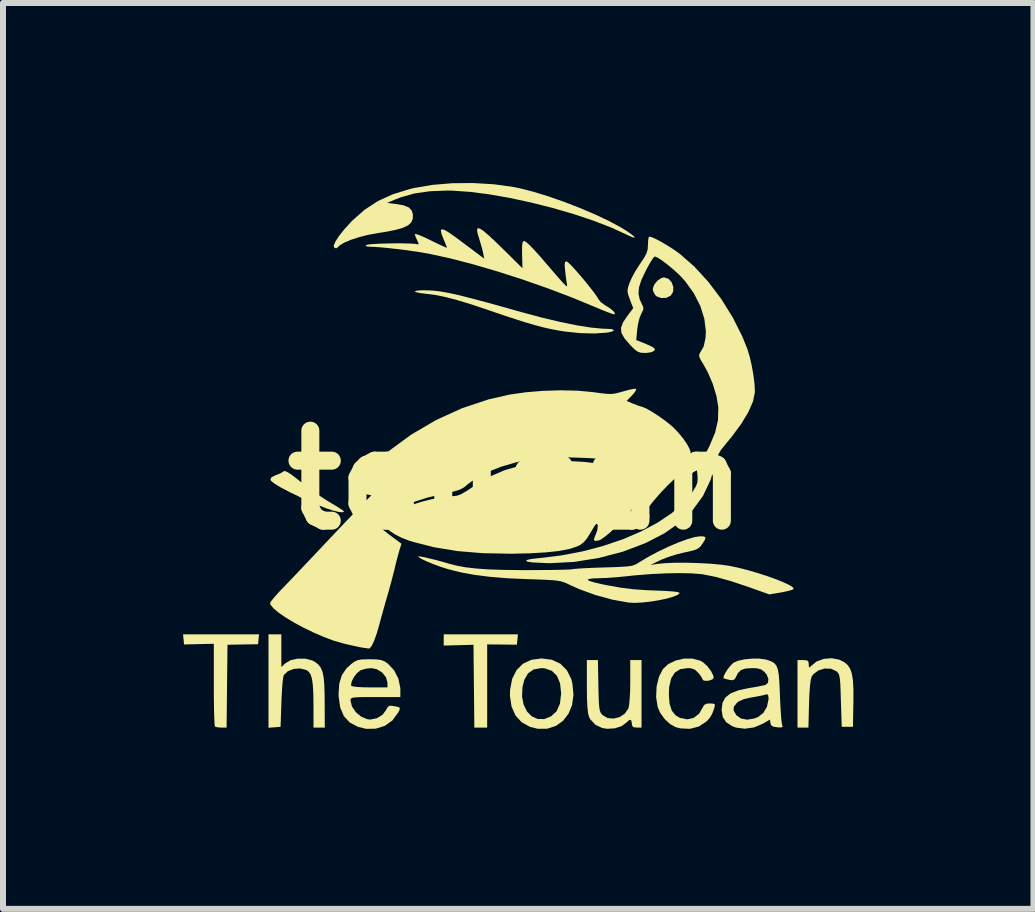
<source format=kicad_pcb>
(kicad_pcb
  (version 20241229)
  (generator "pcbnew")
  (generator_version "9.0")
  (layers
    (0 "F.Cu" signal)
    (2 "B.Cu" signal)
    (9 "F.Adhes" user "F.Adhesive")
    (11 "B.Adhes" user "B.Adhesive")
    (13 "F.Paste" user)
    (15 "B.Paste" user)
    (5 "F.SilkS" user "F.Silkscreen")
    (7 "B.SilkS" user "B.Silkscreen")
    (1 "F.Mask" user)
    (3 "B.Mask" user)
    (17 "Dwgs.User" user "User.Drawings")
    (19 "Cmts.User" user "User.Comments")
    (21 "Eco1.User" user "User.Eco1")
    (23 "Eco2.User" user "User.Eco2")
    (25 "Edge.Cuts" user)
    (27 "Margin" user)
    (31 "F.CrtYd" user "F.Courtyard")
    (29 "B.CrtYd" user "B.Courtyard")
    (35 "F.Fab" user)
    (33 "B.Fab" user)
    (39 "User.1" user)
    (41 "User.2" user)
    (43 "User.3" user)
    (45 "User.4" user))
  (footprint "toucan"
    (layer "F.Cu")
    (at 5.55 4.948)
    (property "Reference" "toucan" (at 0 0 0) (layer "F.SilkS") (effects (font (size 1.5 1.5) (thickness 0.3))))
    (attr board_only exclude_from_pos_files exclude_from_bom)
    (fp_poly (pts (xy 2.538 -3.353) (xy 2.592 -3.294) (xy 2.62 -3.217) (xy 2.616 -3.136) (xy 2.577 -3.072) (xy 2.503 -3.035) (xy 2.416 -3.032) (xy 2.34 -3.06) (xy 2.322 -3.077) (xy 2.286 -3.139) (xy 2.277 -3.185) (xy 2.299 -3.251) (xy 2.352 -3.317) (xy 2.418 -3.364) (xy 2.464 -3.376)) (stroke (width 0) (type solid)) (fill yes) (layer "F.SilkS"))
    (fp_poly (pts (xy 0.022 2.659) (xy 0.013 2.745) (xy -0.234 2.742) (xy -0.482 2.74) (xy -0.482 3.433) (xy -0.482 4.126) (xy -0.589 4.126) (xy -0.696 4.126) (xy -0.703 3.436) (xy -0.71 2.746) (xy -0.958 2.753) (xy -1.206 2.759) (xy -1.206 2.666) (xy -1.206 2.572) (xy -0.588 2.572) (xy 0.03 2.572)) (stroke (width 0) (type solid)) (fill yes) (layer "F.SilkS"))
    (fp_poly (pts (xy -4.292 2.654) (xy -4.3 2.737) (xy -4.555 2.741) (xy -4.809 2.746) (xy -4.817 3.436) (xy -4.824 4.126) (xy -4.913 4.126) (xy -4.979 4.121) (xy -5.018 4.109) (xy -5.019 4.108) (xy -5.024 4.078) (xy -5.028 4.001) (xy -5.032 3.885) (xy -5.035 3.738) (xy -5.037 3.567) (xy -5.037 3.41) (xy -5.037 2.73) (xy -5.285 2.735) (xy -5.533 2.741) (xy -5.541 2.657) (xy -5.55 2.572) (xy -4.917 2.572) (xy -4.284 2.572)) (stroke (width 0) (type solid)) (fill yes) (layer "F.SilkS"))
    (fp_poly (pts (xy -3.816 -0.135) (xy -3.748 -0.092) (xy -3.649 -0.017) (xy -3.552 0.063) (xy -3.441 0.148) (xy -3.306 0.243) (xy -3.169 0.332) (xy -3.115 0.365) (xy -3.014 0.425) (xy -2.933 0.476) (xy -2.881 0.511) (xy -2.867 0.523) (xy -2.89 0.539) (xy -2.954 0.533) (xy -3.053 0.509) (xy -3.178 0.467) (xy -3.324 0.409) (xy -3.363 0.392) (xy -3.583 0.294) (xy -3.768 0.205) (xy -3.915 0.128) (xy -4.02 0.065) (xy -4.081 0.017) (xy -4.094 -0.004) (xy -4.079 -0.043) (xy -4.016 -0.076) (xy -4 -0.082) (xy -3.931 -0.109) (xy -3.887 -0.135) (xy -3.882 -0.14) (xy -3.859 -0.15)) (stroke (width 0) (type solid)) (fill yes) (layer "F.SilkS"))
    (fp_poly (pts (xy -3.912 2.845) (xy -3.912 3.117) (xy -3.844 3.054) (xy -3.755 3.002) (xy -3.638 2.977) (xy -3.513 2.978) (xy -3.398 3.007) (xy -3.349 3.033) (xy -3.295 3.076) (xy -3.255 3.128) (xy -3.226 3.196) (xy -3.207 3.289) (xy -3.196 3.414) (xy -3.191 3.58) (xy -3.19 3.704) (xy -3.188 4.126) (xy -3.282 4.126) (xy -3.376 4.126) (xy -3.376 3.758) (xy -3.379 3.565) (xy -3.387 3.419) (xy -3.402 3.313) (xy -3.425 3.239) (xy -3.459 3.192) (xy -3.498 3.166) (xy -3.602 3.14) (xy -3.71 3.149) (xy -3.804 3.187) (xy -3.869 3.25) (xy -3.875 3.261) (xy -3.883 3.304) (xy -3.893 3.389) (xy -3.901 3.507) (xy -3.909 3.646) (xy -3.911 3.711) (xy -3.925 4.113) (xy -4.026 4.121) (xy -4.126 4.129) (xy -4.126 3.351) (xy -4.126 2.572) (xy -4.019 2.572) (xy -3.912 2.572)) (stroke (width 0) (type solid)) (fill yes) (layer "F.SilkS"))
    (fp_poly (pts (xy 5.391 2.996) (xy 5.467 3.035) (xy 5.524 3.083) (xy 5.566 3.145) (xy 5.595 3.229) (xy 5.613 3.343) (xy 5.621 3.493) (xy 5.621 3.688) (xy 5.62 3.724) (xy 5.613 4.113) (xy 5.519 4.113) (xy 5.426 4.113) (xy 5.412 3.675) (xy 5.407 3.512) (xy 5.402 3.394) (xy 5.395 3.313) (xy 5.385 3.259) (xy 5.372 3.225) (xy 5.353 3.201) (xy 5.336 3.186) (xy 5.246 3.145) (xy 5.14 3.142) (xy 5.037 3.174) (xy 4.953 3.237) (xy 4.925 3.276) (xy 4.91 3.33) (xy 4.897 3.432) (xy 4.887 3.575) (xy 4.881 3.731) (xy 4.871 4.126) (xy 4.78 4.126) (xy 4.689 4.126) (xy 4.689 3.564) (xy 4.689 3.001) (xy 4.783 3.001) (xy 4.846 3.006) (xy 4.872 3.028) (xy 4.876 3.073) (xy 4.88 3.12) (xy 4.895 3.121) (xy 4.91 3.104) (xy 5.005 3.026) (xy 5.127 2.981) (xy 5.261 2.97)) (stroke (width 0) (type solid)) (fill yes) (layer "F.SilkS"))
    (fp_poly (pts (xy -1.454 -3.159) (xy -1.367 -3.154) (xy -1.274 -3.143) (xy -1.168 -3.125) (xy -1.044 -3.1) (xy -0.896 -3.065) (xy -0.72 -3.02) (xy -0.509 -2.964) (xy -0.259 -2.895) (xy 0.036 -2.812) (xy 0.086 -2.798) (xy 0.42 -2.708) (xy 0.728 -2.635) (xy 1.004 -2.578) (xy 1.243 -2.54) (xy 1.44 -2.521) (xy 1.507 -2.519) (xy 1.595 -2.513) (xy 1.63 -2.498) (xy 1.613 -2.479) (xy 1.543 -2.46) (xy 1.51 -2.455) (xy 1.304 -2.441) (xy 1.065 -2.447) (xy 0.81 -2.474) (xy 0.697 -2.492) (xy 0.575 -2.516) (xy 0.453 -2.543) (xy 0.321 -2.578) (xy 0.173 -2.621) (xy -0.001 -2.676) (xy -0.208 -2.744) (xy -0.456 -2.829) (xy -0.482 -2.838) (xy -0.752 -2.928) (xy -0.981 -2.997) (xy -1.174 -3.048) (xy -1.34 -3.082) (xy -1.474 -3.099) (xy -1.59 -3.113) (xy -1.662 -3.128) (xy -1.688 -3.142) (xy -1.666 -3.153) (xy -1.593 -3.16) (xy -1.539 -3.161)) (stroke (width 0) (type solid)) (fill yes) (layer "F.SilkS"))
    (fp_poly (pts (xy 0.597 2.996) (xy 0.738 3.062) (xy 0.846 3.17) (xy 0.919 3.317) (xy 0.938 3.391) (xy 0.956 3.58) (xy 0.933 3.751) (xy 0.872 3.897) (xy 0.78 4.015) (xy 0.661 4.099) (xy 0.52 4.145) (xy 0.362 4.146) (xy 0.231 4.114) (xy 0.093 4.038) (xy -0.01 3.924) (xy -0.076 3.776) (xy -0.101 3.61) (xy 0.099 3.61) (xy 0.127 3.748) (xy 0.183 3.86) (xy 0.263 3.94) (xy 0.36 3.983) (xy 0.47 3.984) (xy 0.584 3.938) (xy 0.675 3.853) (xy 0.73 3.729) (xy 0.75 3.566) (xy 0.75 3.548) (xy 0.732 3.386) (xy 0.68 3.263) (xy 0.595 3.18) (xy 0.477 3.139) (xy 0.416 3.135) (xy 0.293 3.157) (xy 0.199 3.222) (xy 0.136 3.332) (xy 0.106 3.452) (xy 0.099 3.61) (xy -0.101 3.61) (xy -0.103 3.599) (xy -0.1 3.494) (xy -0.065 3.313) (xy 0.008 3.168) (xy 0.116 3.061) (xy 0.256 2.996) (xy 0.425 2.974)) (stroke (width 0) (type solid)) (fill yes) (layer "F.SilkS"))
    (fp_poly (pts (xy 1.371 3.429) (xy 1.375 3.59) (xy 1.379 3.707) (xy 1.386 3.788) (xy 1.395 3.842) (xy 1.409 3.878) (xy 1.429 3.905) (xy 1.44 3.917) (xy 1.524 3.967) (xy 1.624 3.976) (xy 1.725 3.951) (xy 1.812 3.893) (xy 1.87 3.809) (xy 1.874 3.799) (xy 1.884 3.741) (xy 1.893 3.643) (xy 1.9 3.518) (xy 1.902 3.378) (xy 1.902 3.359) (xy 1.902 3.001) (xy 1.996 3.001) (xy 2.09 3.001) (xy 2.09 3.564) (xy 2.09 4.126) (xy 2.009 4.126) (xy 1.952 4.119) (xy 1.931 4.088) (xy 1.929 4.059) (xy 1.918 4.004) (xy 1.888 3.998) (xy 1.845 4.037) (xy 1.76 4.101) (xy 1.644 4.139) (xy 1.515 4.146) (xy 1.435 4.133) (xy 1.323 4.08) (xy 1.238 3.99) (xy 1.215 3.947) (xy 1.199 3.885) (xy 1.188 3.784) (xy 1.181 3.641) (xy 1.179 3.449) (xy 1.179 3.43) (xy 1.179 3.001) (xy 1.271 3.001) (xy 1.363 3.001)) (stroke (width 0) (type solid)) (fill yes) (layer "F.SilkS"))
    (fp_poly (pts (xy 3.065 3.01) (xy 3.111 3.035) (xy 3.185 3.101) (xy 3.248 3.184) (xy 3.255 3.197) (xy 3.287 3.262) (xy 3.292 3.298) (xy 3.271 3.321) (xy 3.269 3.323) (xy 3.216 3.343) (xy 3.157 3.348) (xy 3.116 3.337) (xy 3.108 3.324) (xy 3.092 3.29) (xy 3.053 3.234) (xy 3.039 3.217) (xy 2.98 3.161) (xy 2.915 3.138) (xy 2.857 3.135) (xy 2.734 3.153) (xy 2.643 3.211) (xy 2.583 3.308) (xy 2.551 3.45) (xy 2.545 3.569) (xy 2.557 3.727) (xy 2.594 3.843) (xy 2.659 3.923) (xy 2.729 3.964) (xy 2.85 3.989) (xy 2.96 3.964) (xy 3.05 3.894) (xy 3.105 3.798) (xy 3.135 3.747) (xy 3.182 3.727) (xy 3.23 3.724) (xy 3.292 3.728) (xy 3.314 3.744) (xy 3.307 3.784) (xy 3.307 3.785) (xy 3.273 3.883) (xy 3.237 3.95) (xy 3.188 4.008) (xy 3.169 4.026) (xy 3.045 4.108) (xy 2.897 4.147) (xy 2.735 4.139) (xy 2.659 4.119) (xy 2.567 4.068) (xy 2.475 3.983) (xy 2.4 3.879) (xy 2.36 3.786) (xy 2.333 3.618) (xy 2.341 3.443) (xy 2.38 3.281) (xy 2.445 3.152) (xy 2.535 3.068) (xy 2.658 3.009) (xy 2.797 2.977) (xy 2.938 2.977)) (stroke (width 0) (type solid)) (fill yes) (layer "F.SilkS"))
    (fp_poly (pts (xy -0.366 -4.927) (xy -0.037 -4.881) (xy 0.064 -4.86) (xy 0.288 -4.803) (xy 0.537 -4.726) (xy 0.799 -4.635) (xy 1.062 -4.533) (xy 1.315 -4.425) (xy 1.545 -4.317) (xy 1.74 -4.212) (xy 1.824 -4.161) (xy 1.915 -4.099) (xy 1.967 -4.057) (xy 1.976 -4.037) (xy 1.944 -4.043) (xy 1.868 -4.076) (xy 1.85 -4.085) (xy 1.589 -4.205) (xy 1.288 -4.321) (xy 0.958 -4.431) (xy 0.608 -4.533) (xy 0.25 -4.623) (xy -0.106 -4.7) (xy -0.449 -4.76) (xy -0.77 -4.801) (xy -1.057 -4.821) (xy -1.145 -4.823) (xy -1.437 -4.811) (xy -1.691 -4.775) (xy -1.916 -4.712) (xy -1.999 -4.68) (xy -2.149 -4.617) (xy -2.012 -4.6) (xy -1.877 -4.577) (xy -1.788 -4.541) (xy -1.738 -4.489) (xy -1.72 -4.424) (xy -1.722 -4.351) (xy -1.748 -4.29) (xy -1.803 -4.241) (xy -1.893 -4.2) (xy -2.023 -4.164) (xy -2.198 -4.131) (xy -2.315 -4.112) (xy -2.469 -4.084) (xy -2.619 -4.045) (xy -2.755 -4.001) (xy -2.864 -3.955) (xy -2.938 -3.911) (xy -2.959 -3.888) (xy -2.998 -3.859) (xy -3.035 -3.875) (xy -3.038 -3.913) (xy -3.006 -3.982) (xy -2.945 -4.073) (xy -2.86 -4.18) (xy -2.754 -4.296) (xy -2.724 -4.327) (xy -2.522 -4.505) (xy -2.302 -4.648) (xy -2.054 -4.761) (xy -1.768 -4.849) (xy -1.701 -4.865) (xy -1.398 -4.917) (xy -1.063 -4.945) (xy -0.714 -4.948)) (stroke (width 0) (type solid)) (fill yes) (layer "F.SilkS"))
    (fp_poly (pts (xy -2.33 2.99) (xy -2.255 2.999) (xy -2.199 3.019) (xy -2.144 3.055) (xy -2.137 3.06) (xy -2.034 3.17) (xy -1.962 3.31) (xy -1.93 3.463) (xy -1.929 3.492) (xy -1.929 3.617) (xy -2.344 3.617) (xy -2.502 3.617) (xy -2.613 3.619) (xy -2.687 3.623) (xy -2.731 3.63) (xy -2.752 3.642) (xy -2.759 3.659) (xy -2.76 3.672) (xy -2.735 3.774) (xy -2.671 3.869) (xy -2.581 3.944) (xy -2.478 3.987) (xy -2.43 3.992) (xy -2.318 3.97) (xy -2.223 3.91) (xy -2.166 3.832) (xy -2.136 3.779) (xy -2.099 3.761) (xy -2.036 3.768) (xy -1.965 3.782) (xy -1.937 3.799) (xy -1.943 3.833) (xy -1.965 3.876) (xy -2.061 4.006) (xy -2.188 4.097) (xy -2.337 4.144) (xy -2.5 4.147) (xy -2.634 4.114) (xy -2.771 4.042) (xy -2.87 3.935) (xy -2.931 3.792) (xy -2.957 3.611) (xy -2.958 3.564) (xy -2.948 3.412) (xy -2.751 3.412) (xy -2.746 3.43) (xy -2.714 3.441) (xy -2.639 3.45) (xy -2.533 3.455) (xy -2.437 3.456) (xy -2.143 3.456) (xy -2.143 3.378) (xy -2.168 3.287) (xy -2.232 3.208) (xy -2.322 3.153) (xy -2.415 3.135) (xy -2.506 3.145) (xy -2.589 3.17) (xy -2.597 3.174) (xy -2.651 3.218) (xy -2.702 3.284) (xy -2.738 3.354) (xy -2.751 3.412) (xy -2.948 3.412) (xy -2.946 3.391) (xy -2.904 3.254) (xy -2.828 3.141) (xy -2.751 3.07) (xy -2.693 3.027) (xy -2.641 3.003) (xy -2.576 2.991) (xy -2.48 2.988) (xy -2.44 2.987)) (stroke (width 0) (type solid)) (fill yes) (layer "F.SilkS"))
    (fp_poly (pts (xy 4.057 2.977) (xy 4.163 2.992) (xy 4.186 2.999) (xy 4.252 3.023) (xy 4.302 3.052) (xy 4.337 3.094) (xy 4.361 3.156) (xy 4.377 3.246) (xy 4.387 3.372) (xy 4.395 3.542) (xy 4.396 3.586) (xy 4.403 3.739) (xy 4.411 3.875) (xy 4.419 3.984) (xy 4.428 4.057) (xy 4.433 4.081) (xy 4.441 4.112) (xy 4.419 4.124) (xy 4.356 4.122) (xy 4.351 4.121) (xy 4.28 4.109) (xy 4.247 4.083) (xy 4.238 4.052) (xy 4.23 3.992) (xy 4.112 4.061) (xy 3.965 4.123) (xy 3.81 4.145) (xy 3.664 4.126) (xy 3.604 4.104) (xy 3.501 4.037) (xy 3.444 3.951) (xy 3.426 3.839) (xy 3.624 3.839) (xy 3.665 3.911) (xy 3.673 3.922) (xy 3.747 3.975) (xy 3.85 3.994) (xy 3.967 3.975) (xy 4.033 3.95) (xy 4.12 3.881) (xy 4.181 3.778) (xy 4.206 3.656) (xy 4.207 3.644) (xy 4.201 3.586) (xy 4.18 3.57) (xy 4.164 3.574) (xy 4.117 3.587) (xy 4.034 3.604) (xy 3.934 3.622) (xy 3.93 3.622) (xy 3.798 3.651) (xy 3.71 3.689) (xy 3.678 3.715) (xy 3.628 3.779) (xy 3.624 3.839) (xy 3.426 3.839) (xy 3.425 3.834) (xy 3.425 3.829) (xy 3.439 3.714) (xy 3.487 3.625) (xy 3.575 3.556) (xy 3.707 3.504) (xy 3.873 3.469) (xy 3.984 3.45) (xy 4.08 3.432) (xy 4.144 3.418) (xy 4.156 3.415) (xy 4.197 3.379) (xy 4.204 3.318) (xy 4.177 3.246) (xy 4.141 3.201) (xy 4.086 3.158) (xy 4.018 3.139) (xy 3.938 3.135) (xy 3.822 3.142) (xy 3.745 3.169) (xy 3.694 3.221) (xy 3.672 3.267) (xy 3.642 3.321) (xy 3.602 3.337) (xy 3.554 3.331) (xy 3.492 3.316) (xy 3.457 3.304) (xy 3.457 3.304) (xy 3.458 3.273) (xy 3.485 3.217) (xy 3.528 3.15) (xy 3.578 3.087) (xy 3.622 3.046) (xy 3.696 3.013) (xy 3.805 2.989) (xy 3.932 2.977)) (stroke (width 0) (type solid)) (fill yes) (layer "F.SilkS"))
    (fp_poly (pts (xy -0.605 -4.19) (xy -0.544 -4.15) (xy -0.456 -4.075) (xy -0.336 -3.963) (xy -0.183 -3.814) (xy -0.181 -3.812) (xy 0.106 -3.528) (xy 0.1 -3.753) (xy 0.099 -3.866) (xy 0.103 -3.936) (xy 0.115 -3.972) (xy 0.134 -3.984) (xy 0.166 -3.966) (xy 0.224 -3.914) (xy 0.303 -3.832) (xy 0.397 -3.729) (xy 0.429 -3.691) (xy 0.528 -3.576) (xy 0.622 -3.467) (xy 0.702 -3.374) (xy 0.76 -3.309) (xy 0.771 -3.297) (xy 0.823 -3.243) (xy 0.847 -3.225) (xy 0.85 -3.242) (xy 0.846 -3.269) (xy 0.836 -3.333) (xy 0.824 -3.426) (xy 0.817 -3.49) (xy 0.809 -3.579) (xy 0.814 -3.626) (xy 0.831 -3.643) (xy 0.84 -3.644) (xy 0.868 -3.624) (xy 0.923 -3.571) (xy 0.994 -3.493) (xy 1.076 -3.399) (xy 1.161 -3.298) (xy 1.24 -3.199) (xy 1.308 -3.11) (xy 1.356 -3.042) (xy 1.372 -3.013) (xy 1.412 -2.963) (xy 1.477 -2.915) (xy 1.488 -2.908) (xy 1.561 -2.863) (xy 1.617 -2.818) (xy 1.646 -2.781) (xy 1.642 -2.762) (xy 1.632 -2.761) (xy 1.593 -2.771) (xy 1.517 -2.799) (xy 1.415 -2.84) (xy 1.313 -2.883) (xy 0.922 -3.044) (xy 0.513 -3.199) (xy 0.095 -3.345) (xy -0.321 -3.478) (xy -0.724 -3.596) (xy -1.103 -3.694) (xy -1.447 -3.769) (xy -1.487 -3.776) (xy -1.621 -3.799) (xy -1.779 -3.822) (xy -1.945 -3.844) (xy -2.108 -3.862) (xy -2.251 -3.876) (xy -2.362 -3.884) (xy -2.397 -3.885) (xy -2.476 -3.889) (xy -2.506 -3.901) (xy -2.501 -3.913) (xy -2.466 -3.923) (xy -2.389 -3.931) (xy -2.281 -3.937) (xy -2.154 -3.941) (xy -2.02 -3.943) (xy -1.89 -3.943) (xy -1.775 -3.94) (xy -1.687 -3.935) (xy -1.638 -3.927) (xy -1.634 -3.925) (xy -1.624 -3.932) (xy -1.639 -3.974) (xy -1.646 -3.988) (xy -1.675 -4.052) (xy -1.688 -4.096) (xy -1.688 -4.098) (xy -1.666 -4.098) (xy -1.606 -4.077) (xy -1.517 -4.039) (xy -1.42 -3.992) (xy -1.313 -3.94) (xy -1.227 -3.899) (xy -1.17 -3.874) (xy -1.152 -3.869) (xy -1.162 -3.898) (xy -1.186 -3.96) (xy -1.206 -4.006) (xy -1.242 -4.098) (xy -1.254 -4.156) (xy -1.239 -4.179) (xy -1.194 -4.167) (xy -1.116 -4.121) (xy -1.001 -4.04) (xy -0.949 -4.001) (xy -0.841 -3.92) (xy -0.74 -3.845) (xy -0.659 -3.784) (xy -0.621 -3.755) (xy -0.532 -3.688) (xy -0.549 -3.781) (xy -0.568 -3.86) (xy -0.597 -3.961) (xy -0.615 -4.02) (xy -0.642 -4.109) (xy -0.651 -4.168) (xy -0.639 -4.195)) (stroke (width 0) (type solid)) (fill yes) (layer "F.SilkS"))
    (fp_poly (pts (xy 3.134 0.942) (xy 3.156 0.961) (xy 3.142 1.004) (xy 3.1 1.07) (xy 3.065 1.115) (xy 3.025 1.146) (xy 2.966 1.17) (xy 2.876 1.193) (xy 2.804 1.208) (xy 2.672 1.24) (xy 2.534 1.284) (xy 2.419 1.329) (xy 2.404 1.336) (xy 2.237 1.417) (xy 2.358 1.398) (xy 2.486 1.386) (xy 2.652 1.379) (xy 2.843 1.379) (xy 3.043 1.385) (xy 3.237 1.395) (xy 3.412 1.411) (xy 3.55 1.43) (xy 3.702 1.462) (xy 3.863 1.503) (xy 4.027 1.551) (xy 4.185 1.602) (xy 4.33 1.654) (xy 4.454 1.704) (xy 4.55 1.749) (xy 4.61 1.787) (xy 4.626 1.815) (xy 4.625 1.817) (xy 4.593 1.833) (xy 4.522 1.852) (xy 4.428 1.872) (xy 4.415 1.874) (xy 4.22 1.907) (xy 3.872 1.783) (xy 3.581 1.686) (xy 3.332 1.616) (xy 3.121 1.574) (xy 3.081 1.568) (xy 2.925 1.556) (xy 2.726 1.552) (xy 2.497 1.556) (xy 2.249 1.568) (xy 1.992 1.588) (xy 1.782 1.61) (xy 1.653 1.622) (xy 1.519 1.632) (xy 1.408 1.636) (xy 1.407 1.636) (xy 1.284 1.64) (xy 1.212 1.65) (xy 1.192 1.664) (xy 1.225 1.684) (xy 1.311 1.709) (xy 1.449 1.741) (xy 1.515 1.754) (xy 1.74 1.794) (xy 1.955 1.821) (xy 2.186 1.837) (xy 2.312 1.842) (xy 2.49 1.849) (xy 2.616 1.858) (xy 2.693 1.868) (xy 2.725 1.881) (xy 2.725 1.885) (xy 2.691 1.916) (xy 2.613 1.947) (xy 2.504 1.978) (xy 2.375 2.005) (xy 2.236 2.027) (xy 2.098 2.042) (xy 1.972 2.048) (xy 1.876 2.043) (xy 1.607 1.995) (xy 1.325 1.918) (xy 1.054 1.82) (xy 0.91 1.755) (xy 0.849 1.726) (xy 0.796 1.704) (xy 0.742 1.688) (xy 0.678 1.677) (xy 0.595 1.669) (xy 0.483 1.663) (xy 0.332 1.657) (xy 0.2 1.653) (xy -0.139 1.638) (xy -0.434 1.614) (xy -0.694 1.581) (xy -0.928 1.538) (xy -1.136 1.485) (xy -1.251 1.449) (xy -1.366 1.407) (xy -1.472 1.364) (xy -1.558 1.325) (xy -1.614 1.293) (xy -1.63 1.273) (xy -1.629 1.272) (xy -1.6 1.274) (xy -1.532 1.287) (xy -1.437 1.309) (xy -1.326 1.336) (xy -1.214 1.367) (xy -1.125 1.393) (xy -0.993 1.427) (xy -0.843 1.455) (xy -0.669 1.475) (xy -0.464 1.49) (xy -0.222 1.498) (xy 0.064 1.502) (xy 0.194 1.502) (xy 0.386 1.501) (xy 0.56 1.5) (xy 0.71 1.497) (xy 0.827 1.494) (xy 0.906 1.491) (xy 0.938 1.487) (xy 0.938 1.487) (xy 0.971 1.482) (xy 1.048 1.476) (xy 1.162 1.469) (xy 1.302 1.463) (xy 1.452 1.458) (xy 1.625 1.453) (xy 1.754 1.447) (xy 1.848 1.441) (xy 1.915 1.432) (xy 1.964 1.419) (xy 2.005 1.4) (xy 2.047 1.375) (xy 2.063 1.365) (xy 2.208 1.278) (xy 2.37 1.192) (xy 2.539 1.111) (xy 2.705 1.041) (xy 2.857 0.986) (xy 2.983 0.95) (xy 3.072 0.938)) (stroke (width 0) (type solid)) (fill yes) (layer "F.SilkS"))
    (fp_poly (pts (xy 2.246 -4.051) (xy 2.311 -4.024) (xy 2.4 -3.978) (xy 2.502 -3.919) (xy 2.607 -3.853) (xy 2.703 -3.786) (xy 2.731 -3.765) (xy 2.973 -3.553) (xy 3.205 -3.299) (xy 3.421 -3.012) (xy 3.612 -2.705) (xy 3.771 -2.388) (xy 3.853 -2.184) (xy 3.893 -2.053) (xy 3.928 -1.899) (xy 3.956 -1.738) (xy 3.974 -1.59) (xy 3.979 -1.471) (xy 3.978 -1.456) (xy 3.947 -1.307) (xy 3.871 -1.133) (xy 3.753 -0.937) (xy 3.595 -0.723) (xy 3.495 -0.602) (xy 3.413 -0.5) (xy 3.362 -0.413) (xy 3.331 -0.321) (xy 3.324 -0.291) (xy 3.24 0.001) (xy 3.115 0.264) (xy 2.946 0.497) (xy 2.733 0.705) (xy 2.474 0.887) (xy 2.167 1.046) (xy 2.162 1.049) (xy 1.778 1.195) (xy 1.373 1.301) (xy 0.961 1.366) (xy 0.553 1.387) (xy 0.275 1.374) (xy 0.194 1.362) (xy 0.165 1.348) (xy 0.184 1.332) (xy 0.25 1.317) (xy 0.361 1.304) (xy 0.377 1.303) (xy 0.749 1.258) (xy 1.111 1.189) (xy 1.46 1.096) (xy 1.788 0.984) (xy 2.091 0.854) (xy 2.363 0.708) (xy 2.598 0.549) (xy 2.792 0.379) (xy 2.938 0.202) (xy 2.947 0.187) (xy 2.997 0.104) (xy 3.021 0.039) (xy 3.025 -0.033) (xy 3.02 -0.102) (xy 3.009 -0.194) (xy 2.996 -0.269) (xy 2.988 -0.299) (xy 2.988 -0.334) (xy 3.031 -0.356) (xy 3.05 -0.361) (xy 3.096 -0.378) (xy 3.135 -0.414) (xy 3.178 -0.48) (xy 3.225 -0.571) (xy 3.317 -0.792) (xy 3.364 -0.998) (xy 3.37 -1.201) (xy 3.369 -1.217) (xy 3.338 -1.4) (xy 3.278 -1.599) (xy 3.195 -1.793) (xy 3.125 -1.919) (xy 3.074 -2.005) (xy 3.051 -2.059) (xy 3.051 -2.095) (xy 3.063 -2.115) (xy 3.125 -2.223) (xy 3.156 -2.364) (xy 3.162 -2.475) (xy 3.137 -2.684) (xy 3.069 -2.901) (xy 2.96 -3.114) (xy 2.818 -3.311) (xy 2.73 -3.407) (xy 2.634 -3.496) (xy 2.534 -3.58) (xy 2.441 -3.651) (xy 2.364 -3.702) (xy 2.313 -3.724) (xy 2.309 -3.724) (xy 2.286 -3.702) (xy 2.247 -3.642) (xy 2.196 -3.554) (xy 2.16 -3.486) (xy 2.087 -3.332) (xy 2.048 -3.209) (xy 2.039 -3.105) (xy 2.06 -3.009) (xy 2.087 -2.949) (xy 2.117 -2.887) (xy 2.121 -2.843) (xy 2.097 -2.792) (xy 2.086 -2.772) (xy 2.056 -2.698) (xy 2.031 -2.596) (xy 2.018 -2.509) (xy 2.002 -2.331) (xy 2.106 -2.29) (xy 2.214 -2.245) (xy 2.279 -2.213) (xy 2.309 -2.188) (xy 2.31 -2.166) (xy 2.301 -2.153) (xy 2.256 -2.13) (xy 2.179 -2.118) (xy 2.149 -2.117) (xy 2.081 -2.12) (xy 2.028 -2.137) (xy 1.975 -2.175) (xy 1.906 -2.244) (xy 1.898 -2.253) (xy 1.805 -2.361) (xy 1.755 -2.451) (xy 1.748 -2.535) (xy 1.782 -2.627) (xy 1.857 -2.738) (xy 1.862 -2.745) (xy 1.952 -2.863) (xy 1.897 -3.005) (xy 1.867 -3.089) (xy 1.856 -3.148) (xy 1.864 -3.205) (xy 1.889 -3.282) (xy 1.928 -3.37) (xy 1.987 -3.479) (xy 2.056 -3.587) (xy 2.066 -3.602) (xy 2.133 -3.702) (xy 2.173 -3.777) (xy 2.192 -3.841) (xy 2.197 -3.912) (xy 2.197 -3.913) (xy 2.2 -3.99) (xy 2.209 -4.043) (xy 2.214 -4.054)) (stroke (width 0) (type solid)) (fill yes) (layer "F.SilkS"))
    (fp_poly (pts (xy 2.001 -1.517) (xy 1.995 -1.49) (xy 1.959 -1.439) (xy 1.93 -1.408) (xy 1.842 -1.317) (xy 1.944 -1.274) (xy 2.028 -1.241) (xy 2.104 -1.217) (xy 2.115 -1.214) (xy 2.177 -1.187) (xy 2.267 -1.135) (xy 2.372 -1.067) (xy 2.479 -0.991) (xy 2.573 -0.917) (xy 2.621 -0.875) (xy 2.706 -0.786) (xy 2.783 -0.692) (xy 2.846 -0.601) (xy 2.889 -0.522) (xy 2.909 -0.462) (xy 2.9 -0.431) (xy 2.889 -0.429) (xy 2.844 -0.415) (xy 2.779 -0.383) (xy 2.763 -0.373) (xy 2.672 -0.318) (xy 2.756 -0.266) (xy 2.811 -0.227) (xy 2.839 -0.196) (xy 2.84 -0.192) (xy 2.82 -0.164) (xy 2.768 -0.12) (xy 2.732 -0.093) (xy 2.642 -0.021) (xy 2.532 0.084) (xy 2.413 0.208) (xy 2.296 0.342) (xy 2.196 0.467) (xy 2.136 0.539) (xy 2.062 0.616) (xy 1.985 0.688) (xy 1.914 0.748) (xy 1.859 0.786) (xy 1.83 0.794) (xy 1.83 0.794) (xy 1.837 0.767) (xy 1.865 0.706) (xy 1.908 0.623) (xy 1.918 0.605) (xy 1.969 0.505) (xy 1.996 0.44) (xy 1.997 0.414) (xy 1.974 0.429) (xy 1.927 0.488) (xy 1.908 0.515) (xy 1.844 0.597) (xy 1.758 0.69) (xy 1.662 0.786) (xy 1.564 0.876) (xy 1.475 0.949) (xy 1.406 0.996) (xy 1.379 1.007) (xy 1.317 1.016) (xy 1.295 0.996) (xy 1.312 0.941) (xy 1.326 0.912) (xy 1.354 0.833) (xy 1.362 0.758) (xy 1.361 0.756) (xy 1.355 0.725) (xy 1.341 0.724) (xy 1.314 0.757) (xy 1.269 0.829) (xy 1.246 0.869) (xy 1.183 0.971) (xy 1.128 1.037) (xy 1.069 1.082) (xy 1.018 1.107) (xy 0.892 1.149) (xy 0.721 1.182) (xy 0.502 1.206) (xy 0.235 1.222) (xy -0.084 1.229) (xy -0.094 1.229) (xy -0.556 1.22) (xy -0.976 1.185) (xy -1.362 1.122) (xy -1.719 1.031) (xy -1.782 1.011) (xy -1.908 0.963) (xy -2.02 0.906) (xy -2.108 0.847) (xy -2.164 0.792) (xy -2.18 0.746) (xy -2.176 0.734) (xy -2.124 0.679) (xy -2.04 0.61) (xy -1.937 0.536) (xy -1.829 0.469) (xy -1.732 0.417) (xy -1.697 0.402) (xy -1.565 0.36) (xy -1.408 0.321) (xy -1.247 0.291) (xy -1.104 0.272) (xy -1.039 0.269) (xy -0.98 0.261) (xy -0.912 0.234) (xy -0.824 0.184) (xy -0.706 0.104) (xy -0.704 0.103) (xy -0.453 -0.05) (xy -0.184 -0.166) (xy 0.111 -0.248) (xy 0.439 -0.298) (xy 0.632 -0.313) (xy 0.878 -0.316) (xy 1.138 -0.301) (xy 1.389 -0.271) (xy 1.606 -0.227) (xy 1.687 -0.208) (xy 1.744 -0.198) (xy 1.761 -0.198) (xy 1.743 -0.212) (xy 1.688 -0.242) (xy 1.606 -0.28) (xy 1.601 -0.282) (xy 1.513 -0.319) (xy 1.43 -0.343) (xy 1.336 -0.357) (xy 1.213 -0.365) (xy 1.152 -0.367) (xy 1.017 -0.372) (xy 0.887 -0.376) (xy 0.78 -0.379) (xy 0.737 -0.381) (xy 0.497 -0.375) (xy 0.245 -0.344) (xy -0.007 -0.292) (xy -0.249 -0.221) (xy -0.47 -0.135) (xy -0.659 -0.036) (xy -0.802 0.068) (xy -0.856 0.114) (xy -0.909 0.147) (xy -0.974 0.174) (xy -1.063 0.198) (xy -1.19 0.226) (xy -1.223 0.232) (xy -1.49 0.297) (xy -1.725 0.373) (xy -1.918 0.459) (xy -1.988 0.499) (xy -2.057 0.548) (xy -2.132 0.611) (xy -2.202 0.676) (xy -2.254 0.733) (xy -2.277 0.769) (xy -2.277 0.771) (xy -2.257 0.795) (xy -2.203 0.841) (xy -2.126 0.902) (xy -2.094 0.926) (xy -1.911 1.062) (xy -1.947 1.181) (xy -1.972 1.27) (xy -2.002 1.385) (xy -2.026 1.487) (xy -2.055 1.601) (xy -2.092 1.741) (xy -2.132 1.884) (xy -2.145 1.929) (xy -2.186 2.071) (xy -2.229 2.225) (xy -2.267 2.364) (xy -2.276 2.398) (xy -2.32 2.551) (xy -2.364 2.675) (xy -2.404 2.761) (xy -2.439 2.805) (xy -2.452 2.809) (xy -2.496 2.803) (xy -2.559 2.794) (xy -2.62 2.783) (xy -2.716 2.762) (xy -2.833 2.735) (xy -2.897 2.719) (xy -3.044 2.676) (xy -3.205 2.616) (xy -3.372 2.543) (xy -3.538 2.463) (xy -3.696 2.378) (xy -3.838 2.293) (xy -3.956 2.212) (xy -4.043 2.139) (xy -4.092 2.079) (xy -4.099 2.052) (xy -4.082 2.02) (xy -4.034 1.96) (xy -3.965 1.882) (xy -3.919 1.833) (xy -3.852 1.764) (xy -3.755 1.663) (xy -3.635 1.537) (xy -3.5 1.394) (xy -3.355 1.241) (xy -3.208 1.086) (xy -3.208 1.085) (xy -3.064 0.933) (xy -2.926 0.787) (xy -2.798 0.653) (xy -2.689 0.538) (xy -2.603 0.448) (xy -2.547 0.391) (xy -2.544 0.389) (xy -2.411 0.255) (xy -2.549 0.228) (xy -2.641 0.206) (xy -2.698 0.18) (xy -2.719 0.145) (xy -2.704 0.093) (xy -2.651 0.02) (xy -2.559 -0.08) (xy -2.491 -0.149) (xy -2.135 -0.472) (xy -1.748 -0.756) (xy -1.335 -0.998) (xy -0.902 -1.195) (xy -0.455 -1.344) (xy -0.107 -1.423) (xy 0.158 -1.461) (xy 0.447 -1.485) (xy 0.741 -1.494) (xy 1.021 -1.488) (xy 1.271 -1.465) (xy 1.286 -1.463) (xy 1.42 -1.445) (xy 1.515 -1.435) (xy 1.587 -1.433) (xy 1.651 -1.441) (xy 1.721 -1.458) (xy 1.789 -1.477) (xy 1.884 -1.503) (xy 1.959 -1.518) (xy 1.999 -1.519)) (stroke (width 0) (type solid)) (fill yes) (layer "F.SilkS")))
  (gr_rect
    (start -3 -3)
    (end 14.171 12.095)
    (stroke (width 0.1) (type default))
    (fill no)
    (layer "Edge.Cuts")))
</source>
